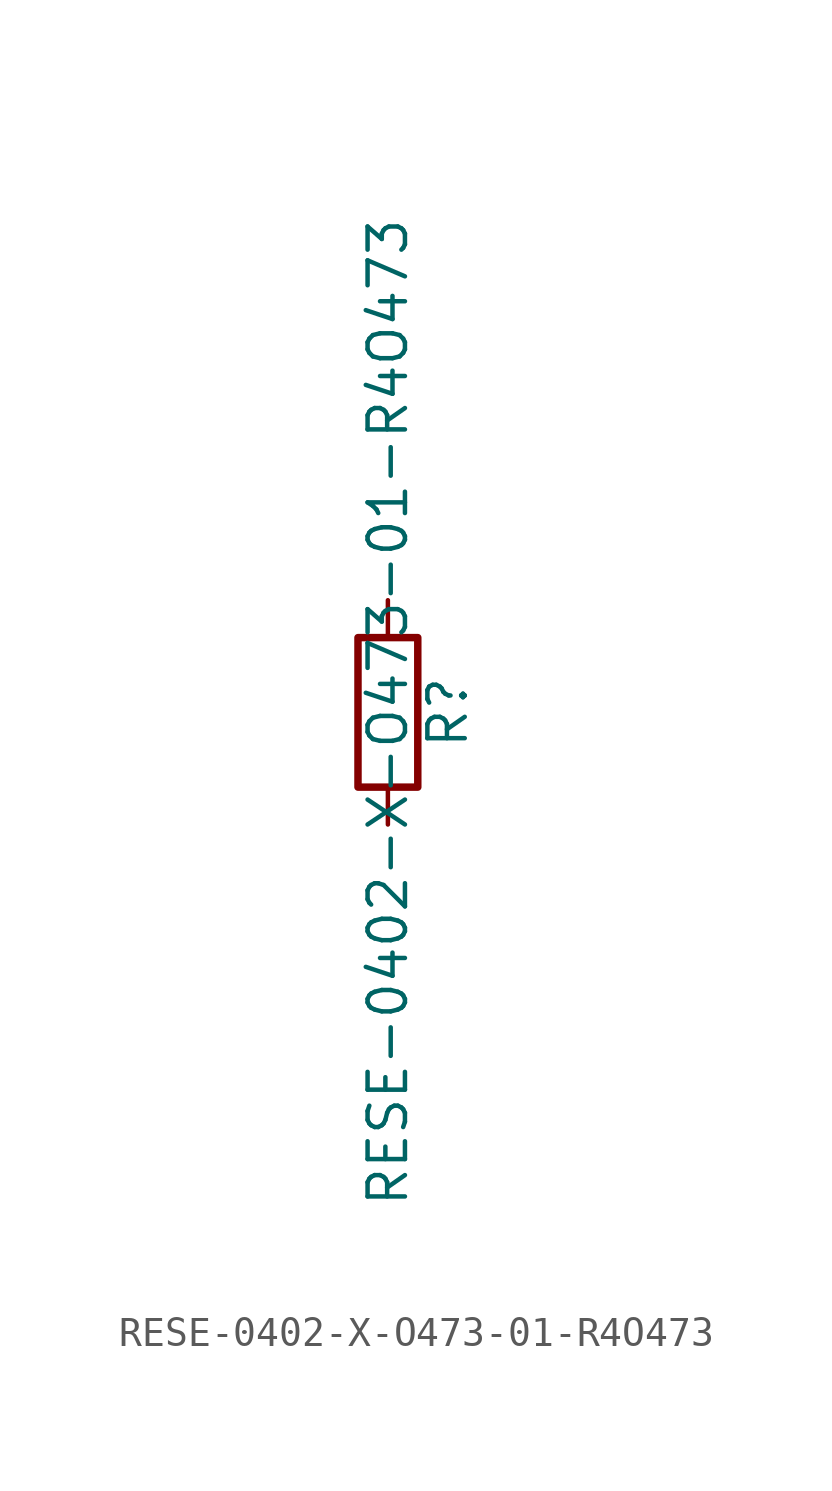
<source format=kicad_sym>
(kicad_symbol_lib
  (version 20211014)
  (generator kicad_symbol_editor)
  (symbol "RESE-0402-X-O473-01-R4O473"
    (pin_numbers hide)
    (pin_names
      (offset 0))
    (property "Reference" "R"
      (at 2.032 0 90)
      (effects (font (size 1.27 1.27))))
    (property "Value" "RESE-0402-X-O473-01-R4O473"
      (at 0 0 90)
      (effects (font (size 1.27 1.27))))
    (symbol "RESE-0402-X-O473-01-R4O473_0_1"
      (rectangle (start -1.016 -2.54) (end 1.016 2.54) (stroke (width 0.254) (type default) (color 0 0 0 0)) (fill (type none))))
    (symbol "RESE-0402-X-O473-01-R4O473_1_1"
      (pin passive line (at 0 3.81 270) (length 1.27) (name "~" (effects (font (size 1.27 1.27)))) (number "1" (effects (font (size 1.27 1.27)))))
      (pin passive line (at 0 -3.81 90) (length 1.27) (name "~" (effects (font (size 1.27 1.27)))) (number "2" (effects (font (size 1.27 1.27))))))))
</source>
